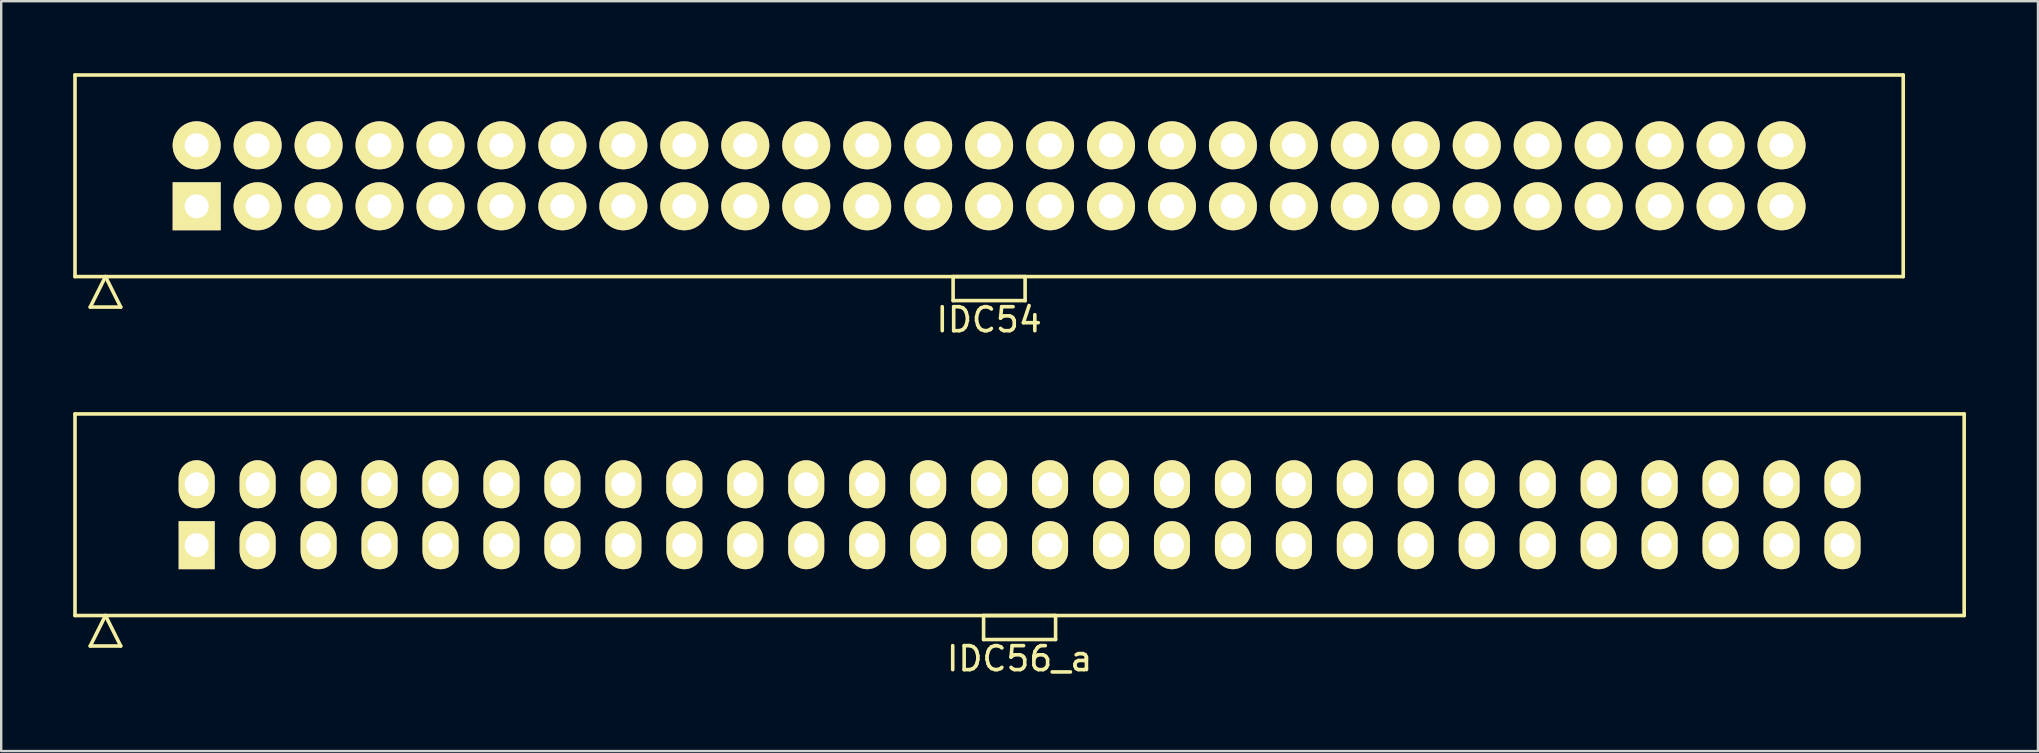
<source format=kicad_pcb>
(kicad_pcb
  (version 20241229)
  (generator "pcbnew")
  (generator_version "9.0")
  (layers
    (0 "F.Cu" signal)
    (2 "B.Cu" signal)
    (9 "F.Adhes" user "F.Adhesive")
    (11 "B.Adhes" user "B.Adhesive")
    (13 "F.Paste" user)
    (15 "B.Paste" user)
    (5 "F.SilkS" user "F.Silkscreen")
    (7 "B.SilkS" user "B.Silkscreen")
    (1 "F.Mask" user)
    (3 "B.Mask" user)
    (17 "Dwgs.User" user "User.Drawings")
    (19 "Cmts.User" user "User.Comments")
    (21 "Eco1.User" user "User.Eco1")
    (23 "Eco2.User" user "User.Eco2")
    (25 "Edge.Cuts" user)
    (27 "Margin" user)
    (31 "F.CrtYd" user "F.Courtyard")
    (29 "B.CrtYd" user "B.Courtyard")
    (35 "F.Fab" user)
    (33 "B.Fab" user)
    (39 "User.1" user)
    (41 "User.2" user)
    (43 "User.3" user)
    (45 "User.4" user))
  (footprint "IDC54"
    (layer "F.Cu")
    (at 38.165 4.275)
    (property "Reference" "IDC54" (at 0 6 0) (layer "F.SilkS") (effects (font (size 1 1) (thickness 0.15))))
    (attr through_hole)
    (fp_line (start -38.09 -4.2) (end -38.09 4.2) (stroke (width 0.15) (type solid)) (layer "F.SilkS"))
    (fp_line (start -38.09 4.2) (end 38.09 4.2) (stroke (width 0.15) (type solid)) (layer "F.SilkS"))
    (fp_line (start -37.455 5.47) (end -36.82 4.2) (stroke (width 0.15) (type solid)) (layer "F.SilkS"))
    (fp_line (start -37.455 5.47) (end -36.185 5.47) (stroke (width 0.15) (type solid)) (layer "F.SilkS"))
    (fp_line (start -36.185 5.47) (end -36.82 4.2) (stroke (width 0.15) (type solid)) (layer "F.SilkS"))
    (fp_line (start -1.5 4.2) (end -1.5 5.2) (stroke (width 0.15) (type solid)) (layer "F.SilkS"))
    (fp_line (start -1.5 5.2) (end 1.5 5.2) (stroke (width 0.15) (type solid)) (layer "F.SilkS"))
    (fp_line (start 1.5 4.2) (end -1.5 4.2) (stroke (width 0.15) (type solid)) (layer "F.SilkS"))
    (fp_line (start 1.5 5.2) (end 1.5 4.2) (stroke (width 0.15) (type solid)) (layer "F.SilkS"))
    (fp_line (start 38.09 -4.2) (end -38.09 -4.2) (stroke (width 0.15) (type solid)) (layer "F.SilkS"))
    (fp_line (start 38.09 4.2) (end 38.09 -4.2) (stroke (width 0.15) (type solid)) (layer "F.SilkS"))
    (pad "1" thru_hole rect (at -33.02 1.27) (size 2 2) (drill 1) (layers "*.Cu" "*.Mask" "F.SilkS"))
    (pad "2" thru_hole oval (at -33.02 -1.27) (size 2 2) (drill 1) (layers "*.Cu" "*.Mask" "F.SilkS"))
    (pad "3" thru_hole oval (at -30.48 1.27) (size 2 2) (drill 1) (layers "*.Cu" "*.Mask" "F.SilkS"))
    (pad "4" thru_hole oval (at -30.48 -1.27) (size 2 2) (drill 1) (layers "*.Cu" "*.Mask" "F.SilkS"))
    (pad "5" thru_hole oval (at -27.94 1.27) (size 2 2) (drill 1) (layers "*.Cu" "*.Mask" "F.SilkS"))
    (pad "6" thru_hole oval (at -27.94 -1.27) (size 2 2) (drill 1) (layers "*.Cu" "*.Mask" "F.SilkS"))
    (pad "7" thru_hole oval (at -25.4 1.27) (size 2 2) (drill 1) (layers "*.Cu" "*.Mask" "F.SilkS"))
    (pad "8" thru_hole oval (at -25.4 -1.27) (size 2 2) (drill 1) (layers "*.Cu" "*.Mask" "F.SilkS"))
    (pad "9" thru_hole oval (at -22.86 1.27) (size 2 2) (drill 1) (layers "*.Cu" "*.Mask" "F.SilkS"))
    (pad "10" thru_hole oval (at -22.86 -1.27) (size 2 2) (drill 1) (layers "*.Cu" "*.Mask" "F.SilkS"))
    (pad "11" thru_hole oval (at -20.32 1.27) (size 2 2) (drill 1) (layers "*.Cu" "*.Mask" "F.SilkS"))
    (pad "12" thru_hole oval (at -20.32 -1.27) (size 2 2) (drill 1) (layers "*.Cu" "*.Mask" "F.SilkS"))
    (pad "13" thru_hole oval (at -17.78 1.27) (size 2 2) (drill 1) (layers "*.Cu" "*.Mask" "F.SilkS"))
    (pad "14" thru_hole oval (at -17.78 -1.27) (size 2 2) (drill 1) (layers "*.Cu" "*.Mask" "F.SilkS"))
    (pad "15" thru_hole oval (at -15.24 1.27) (size 2 2) (drill 1) (layers "*.Cu" "*.Mask" "F.SilkS"))
    (pad "16" thru_hole oval (at -15.24 -1.27) (size 2 2) (drill 1) (layers "*.Cu" "*.Mask" "F.SilkS"))
    (pad "17" thru_hole oval (at -12.7 1.27) (size 2 2) (drill 1) (layers "*.Cu" "*.Mask" "F.SilkS"))
    (pad "18" thru_hole oval (at -12.7 -1.27) (size 2 2) (drill 1) (layers "*.Cu" "*.Mask" "F.SilkS"))
    (pad "19" thru_hole oval (at -10.16 1.27) (size 2 2) (drill 1) (layers "*.Cu" "*.Mask" "F.SilkS"))
    (pad "20" thru_hole oval (at -10.16 -1.27) (size 2 2) (drill 1) (layers "*.Cu" "*.Mask" "F.SilkS"))
    (pad "21" thru_hole oval (at -7.62 1.27) (size 2 2) (drill 1) (layers "*.Cu" "*.Mask" "F.SilkS"))
    (pad "22" thru_hole oval (at -7.62 -1.27) (size 2 2) (drill 1) (layers "*.Cu" "*.Mask" "F.SilkS"))
    (pad "23" thru_hole oval (at -5.08 1.27) (size 2 2) (drill 1) (layers "*.Cu" "*.Mask" "F.SilkS"))
    (pad "24" thru_hole oval (at -5.08 -1.27) (size 2 2) (drill 1) (layers "*.Cu" "*.Mask" "F.SilkS"))
    (pad "25" thru_hole oval (at -2.54 1.27) (size 2 2) (drill 1) (layers "*.Cu" "*.Mask" "F.SilkS"))
    (pad "26" thru_hole oval (at -2.54 -1.27) (size 2 2) (drill 1) (layers "*.Cu" "*.Mask" "F.SilkS"))
    (pad "27" thru_hole oval (at 0 1.27) (size 2 2) (drill 1) (layers "*.Cu" "*.Mask" "F.SilkS"))
    (pad "28" thru_hole oval (at 0 -1.27) (size 2 2) (drill 1) (layers "*.Cu" "*.Mask" "F.SilkS"))
    (pad "29" thru_hole oval (at 2.54 1.27) (size 2 2) (drill 1) (layers "*.Cu" "*.Mask" "F.SilkS"))
    (pad "30" thru_hole oval (at 2.54 -1.27) (size 2 2) (drill 1) (layers "*.Cu" "*.Mask" "F.SilkS"))
    (pad "31" thru_hole oval (at 5.08 1.27) (size 2 2) (drill 1) (layers "*.Cu" "*.Mask" "F.SilkS"))
    (pad "32" thru_hole oval (at 5.08 -1.27) (size 2 2) (drill 1) (layers "*.Cu" "*.Mask" "F.SilkS"))
    (pad "33" thru_hole oval (at 7.62 1.27) (size 2 2) (drill 1) (layers "*.Cu" "*.Mask" "F.SilkS"))
    (pad "34" thru_hole oval (at 7.62 -1.27) (size 2 2) (drill 1) (layers "*.Cu" "*.Mask" "F.SilkS"))
    (pad "35" thru_hole oval (at 10.16 1.27) (size 2 2) (drill 1) (layers "*.Cu" "*.Mask" "F.SilkS"))
    (pad "36" thru_hole oval (at 10.16 -1.27) (size 2 2) (drill 1) (layers "*.Cu" "*.Mask" "F.SilkS"))
    (pad "37" thru_hole oval (at 12.7 1.27) (size 2 2) (drill 1) (layers "*.Cu" "*.Mask" "F.SilkS"))
    (pad "38" thru_hole oval (at 12.7 -1.27) (size 2 2) (drill 1) (layers "*.Cu" "*.Mask" "F.SilkS"))
    (pad "39" thru_hole oval (at 15.24 1.27) (size 2 2) (drill 1) (layers "*.Cu" "*.Mask" "F.SilkS"))
    (pad "40" thru_hole oval (at 15.24 -1.27) (size 2 2) (drill 1) (layers "*.Cu" "*.Mask" "F.SilkS"))
    (pad "41" thru_hole oval (at 17.78 1.27) (size 2 2) (drill 1) (layers "*.Cu" "*.Mask" "F.SilkS"))
    (pad "42" thru_hole oval (at 17.78 -1.27) (size 2 2) (drill 1) (layers "*.Cu" "*.Mask" "F.SilkS"))
    (pad "43" thru_hole oval (at 20.32 1.27) (size 2 2) (drill 1) (layers "*.Cu" "*.Mask" "F.SilkS"))
    (pad "44" thru_hole oval (at 20.32 -1.27) (size 2 2) (drill 1) (layers "*.Cu" "*.Mask" "F.SilkS"))
    (pad "45" thru_hole oval (at 22.86 1.27) (size 2 2) (drill 1) (layers "*.Cu" "*.Mask" "F.SilkS"))
    (pad "46" thru_hole oval (at 22.86 -1.27) (size 2 2) (drill 1) (layers "*.Cu" "*.Mask" "F.SilkS"))
    (pad "47" thru_hole oval (at 25.4 1.27) (size 2 2) (drill 1) (layers "*.Cu" "*.Mask" "F.SilkS"))
    (pad "48" thru_hole oval (at 25.4 -1.27) (size 2 2) (drill 1) (layers "*.Cu" "*.Mask" "F.SilkS"))
    (pad "49" thru_hole oval (at 27.94 1.27) (size 2 2) (drill 1) (layers "*.Cu" "*.Mask" "F.SilkS"))
    (pad "50" thru_hole oval (at 27.94 -1.27) (size 2 2) (drill 1) (layers "*.Cu" "*.Mask" "F.SilkS"))
    (pad "51" thru_hole oval (at 30.48 1.27) (size 2 2) (drill 1) (layers "*.Cu" "*.Mask" "F.SilkS"))
    (pad "52" thru_hole oval (at 30.48 -1.27) (size 2 2) (drill 1) (layers "*.Cu" "*.Mask" "F.SilkS"))
    (pad "53" thru_hole oval (at 33.02 1.27) (size 2 2) (drill 1) (layers "*.Cu" "*.Mask" "F.SilkS"))
    (pad "54" thru_hole oval (at 33.02 -1.27) (size 2 2) (drill 1) (layers "*.Cu" "*.Mask" "F.SilkS")))
  (footprint "IDC56_a"
    (layer "F.Cu")
    (at 39.435 18.398)
    (property "Reference" "IDC56_a" (at 0 6 0) (layer "F.SilkS") (effects (font (size 1 1) (thickness 0.15))))
    (attr through_hole)
    (fp_line (start -39.36 -4.2) (end -39.36 4.2) (stroke (width 0.15) (type solid)) (layer "F.SilkS"))
    (fp_line (start -39.36 4.2) (end 39.36 4.2) (stroke (width 0.15) (type solid)) (layer "F.SilkS"))
    (fp_line (start -38.725 5.47) (end -38.09 4.2) (stroke (width 0.15) (type solid)) (layer "F.SilkS"))
    (fp_line (start -38.725 5.47) (end -37.455 5.47) (stroke (width 0.15) (type solid)) (layer "F.SilkS"))
    (fp_line (start -37.455 5.47) (end -38.09 4.2) (stroke (width 0.15) (type solid)) (layer "F.SilkS"))
    (fp_line (start -1.5 4.2) (end -1.5 5.2) (stroke (width 0.15) (type solid)) (layer "F.SilkS"))
    (fp_line (start -1.5 5.2) (end 1.5 5.2) (stroke (width 0.15) (type solid)) (layer "F.SilkS"))
    (fp_line (start 1.5 4.2) (end -1.5 4.2) (stroke (width 0.15) (type solid)) (layer "F.SilkS"))
    (fp_line (start 1.5 5.2) (end 1.5 4.2) (stroke (width 0.15) (type solid)) (layer "F.SilkS"))
    (fp_line (start 39.36 -4.2) (end -39.36 -4.2) (stroke (width 0.15) (type solid)) (layer "F.SilkS"))
    (fp_line (start 39.36 4.2) (end 39.36 -4.2) (stroke (width 0.15) (type solid)) (layer "F.SilkS"))
    (pad "1" thru_hole rect (at -34.29 1.27) (size 1.5 2) (drill 1) (layers "*.Cu" "*.Mask" "F.SilkS"))
    (pad "2" thru_hole oval (at -34.29 -1.27) (size 1.5 2) (drill 1) (layers "*.Cu" "*.Mask" "F.SilkS"))
    (pad "3" thru_hole oval (at -31.75 1.27) (size 1.5 2) (drill 1) (layers "*.Cu" "*.Mask" "F.SilkS"))
    (pad "4" thru_hole oval (at -31.75 -1.27) (size 1.5 2) (drill 1) (layers "*.Cu" "*.Mask" "F.SilkS"))
    (pad "5" thru_hole oval (at -29.21 1.27) (size 1.5 2) (drill 1) (layers "*.Cu" "*.Mask" "F.SilkS"))
    (pad "6" thru_hole oval (at -29.21 -1.27) (size 1.5 2) (drill 1) (layers "*.Cu" "*.Mask" "F.SilkS"))
    (pad "7" thru_hole oval (at -26.67 1.27) (size 1.5 2) (drill 1) (layers "*.Cu" "*.Mask" "F.SilkS"))
    (pad "8" thru_hole oval (at -26.67 -1.27) (size 1.5 2) (drill 1) (layers "*.Cu" "*.Mask" "F.SilkS"))
    (pad "9" thru_hole oval (at -24.13 1.27) (size 1.5 2) (drill 1) (layers "*.Cu" "*.Mask" "F.SilkS"))
    (pad "10" thru_hole oval (at -24.13 -1.27) (size 1.5 2) (drill 1) (layers "*.Cu" "*.Mask" "F.SilkS"))
    (pad "11" thru_hole oval (at -21.59 1.27) (size 1.5 2) (drill 1) (layers "*.Cu" "*.Mask" "F.SilkS"))
    (pad "12" thru_hole oval (at -21.59 -1.27) (size 1.5 2) (drill 1) (layers "*.Cu" "*.Mask" "F.SilkS"))
    (pad "13" thru_hole oval (at -19.05 1.27) (size 1.5 2) (drill 1) (layers "*.Cu" "*.Mask" "F.SilkS"))
    (pad "14" thru_hole oval (at -19.05 -1.27) (size 1.5 2) (drill 1) (layers "*.Cu" "*.Mask" "F.SilkS"))
    (pad "15" thru_hole oval (at -16.51 1.27) (size 1.5 2) (drill 1) (layers "*.Cu" "*.Mask" "F.SilkS"))
    (pad "16" thru_hole oval (at -16.51 -1.27) (size 1.5 2) (drill 1) (layers "*.Cu" "*.Mask" "F.SilkS"))
    (pad "17" thru_hole oval (at -13.97 1.27) (size 1.5 2) (drill 1) (layers "*.Cu" "*.Mask" "F.SilkS"))
    (pad "18" thru_hole oval (at -13.97 -1.27) (size 1.5 2) (drill 1) (layers "*.Cu" "*.Mask" "F.SilkS"))
    (pad "19" thru_hole oval (at -11.43 1.27) (size 1.5 2) (drill 1) (layers "*.Cu" "*.Mask" "F.SilkS"))
    (pad "20" thru_hole oval (at -11.43 -1.27) (size 1.5 2) (drill 1) (layers "*.Cu" "*.Mask" "F.SilkS"))
    (pad "21" thru_hole oval (at -8.89 1.27) (size 1.5 2) (drill 1) (layers "*.Cu" "*.Mask" "F.SilkS"))
    (pad "22" thru_hole oval (at -8.89 -1.27) (size 1.5 2) (drill 1) (layers "*.Cu" "*.Mask" "F.SilkS"))
    (pad "23" thru_hole oval (at -6.35 1.27) (size 1.5 2) (drill 1) (layers "*.Cu" "*.Mask" "F.SilkS"))
    (pad "24" thru_hole oval (at -6.35 -1.27) (size 1.5 2) (drill 1) (layers "*.Cu" "*.Mask" "F.SilkS"))
    (pad "25" thru_hole oval (at -3.81 1.27) (size 1.5 2) (drill 1) (layers "*.Cu" "*.Mask" "F.SilkS"))
    (pad "26" thru_hole oval (at -3.81 -1.27) (size 1.5 2) (drill 1) (layers "*.Cu" "*.Mask" "F.SilkS"))
    (pad "27" thru_hole oval (at -1.27 1.27) (size 1.5 2) (drill 1) (layers "*.Cu" "*.Mask" "F.SilkS"))
    (pad "28" thru_hole oval (at -1.27 -1.27) (size 1.5 2) (drill 1) (layers "*.Cu" "*.Mask" "F.SilkS"))
    (pad "29" thru_hole oval (at 1.27 1.27) (size 1.5 2) (drill 1) (layers "*.Cu" "*.Mask" "F.SilkS"))
    (pad "30" thru_hole oval (at 1.27 -1.27) (size 1.5 2) (drill 1) (layers "*.Cu" "*.Mask" "F.SilkS"))
    (pad "31" thru_hole oval (at 3.81 1.27) (size 1.5 2) (drill 1) (layers "*.Cu" "*.Mask" "F.SilkS"))
    (pad "32" thru_hole oval (at 3.81 -1.27) (size 1.5 2) (drill 1) (layers "*.Cu" "*.Mask" "F.SilkS"))
    (pad "33" thru_hole oval (at 6.35 1.27) (size 1.5 2) (drill 1) (layers "*.Cu" "*.Mask" "F.SilkS"))
    (pad "34" thru_hole oval (at 6.35 -1.27) (size 1.5 2) (drill 1) (layers "*.Cu" "*.Mask" "F.SilkS"))
    (pad "35" thru_hole oval (at 8.89 1.27) (size 1.5 2) (drill 1) (layers "*.Cu" "*.Mask" "F.SilkS"))
    (pad "36" thru_hole oval (at 8.89 -1.27) (size 1.5 2) (drill 1) (layers "*.Cu" "*.Mask" "F.SilkS"))
    (pad "37" thru_hole oval (at 11.43 1.27) (size 1.5 2) (drill 1) (layers "*.Cu" "*.Mask" "F.SilkS"))
    (pad "38" thru_hole oval (at 11.43 -1.27) (size 1.5 2) (drill 1) (layers "*.Cu" "*.Mask" "F.SilkS"))
    (pad "39" thru_hole oval (at 13.97 1.27) (size 1.5 2) (drill 1) (layers "*.Cu" "*.Mask" "F.SilkS"))
    (pad "40" thru_hole oval (at 13.97 -1.27) (size 1.5 2) (drill 1) (layers "*.Cu" "*.Mask" "F.SilkS"))
    (pad "41" thru_hole oval (at 16.51 1.27) (size 1.5 2) (drill 1) (layers "*.Cu" "*.Mask" "F.SilkS"))
    (pad "42" thru_hole oval (at 16.51 -1.27) (size 1.5 2) (drill 1) (layers "*.Cu" "*.Mask" "F.SilkS"))
    (pad "43" thru_hole oval (at 19.05 1.27) (size 1.5 2) (drill 1) (layers "*.Cu" "*.Mask" "F.SilkS"))
    (pad "44" thru_hole oval (at 19.05 -1.27) (size 1.5 2) (drill 1) (layers "*.Cu" "*.Mask" "F.SilkS"))
    (pad "45" thru_hole oval (at 21.59 1.27) (size 1.5 2) (drill 1) (layers "*.Cu" "*.Mask" "F.SilkS"))
    (pad "46" thru_hole oval (at 21.59 -1.27) (size 1.5 2) (drill 1) (layers "*.Cu" "*.Mask" "F.SilkS"))
    (pad "47" thru_hole oval (at 24.13 1.27) (size 1.5 2) (drill 1) (layers "*.Cu" "*.Mask" "F.SilkS"))
    (pad "48" thru_hole oval (at 24.13 -1.27) (size 1.5 2) (drill 1) (layers "*.Cu" "*.Mask" "F.SilkS"))
    (pad "49" thru_hole oval (at 26.67 1.27) (size 1.5 2) (drill 1) (layers "*.Cu" "*.Mask" "F.SilkS"))
    (pad "50" thru_hole oval (at 26.67 -1.27) (size 1.5 2) (drill 1) (layers "*.Cu" "*.Mask" "F.SilkS"))
    (pad "51" thru_hole oval (at 29.21 1.27) (size 1.5 2) (drill 1) (layers "*.Cu" "*.Mask" "F.SilkS"))
    (pad "52" thru_hole oval (at 29.21 -1.27) (size 1.5 2) (drill 1) (layers "*.Cu" "*.Mask" "F.SilkS"))
    (pad "53" thru_hole oval (at 31.75 1.27) (size 1.5 2) (drill 1) (layers "*.Cu" "*.Mask" "F.SilkS"))
    (pad "54" thru_hole oval (at 31.75 -1.27) (size 1.5 2) (drill 1) (layers "*.Cu" "*.Mask" "F.SilkS"))
    (pad "55" thru_hole oval (at 34.29 1.27) (size 1.5 2) (drill 1) (layers "*.Cu" "*.Mask" "F.SilkS"))
    (pad "56" thru_hole oval (at 34.29 -1.27) (size 1.5 2) (drill 1) (layers "*.Cu" "*.Mask" "F.SilkS")))
  (gr_rect
    (start -3 -3)
    (end 81.87 28.247)
    (stroke (width 0.1) (type default))
    (fill no)
    (layer "Edge.Cuts")))
</source>
